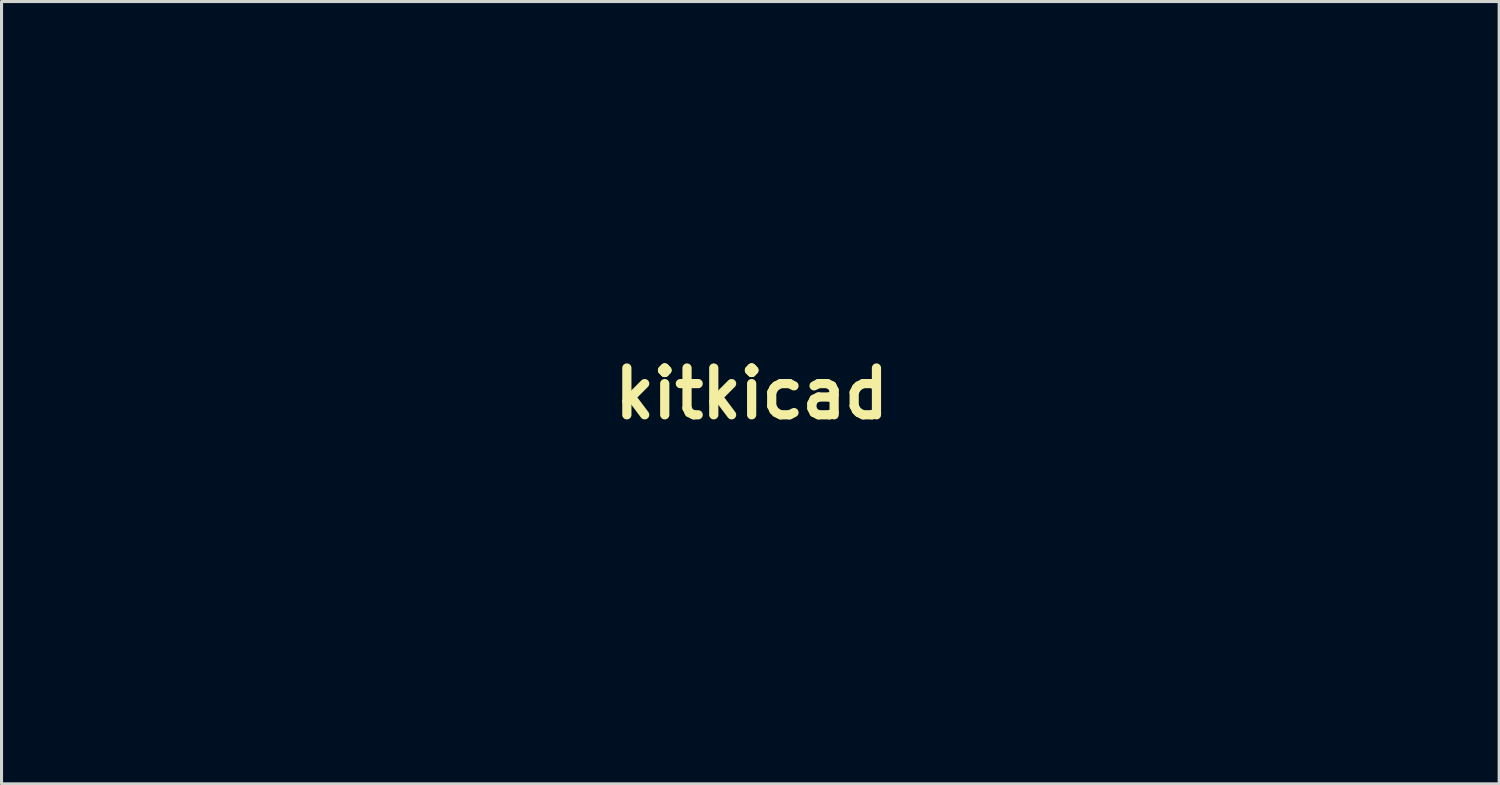
<source format=kicad_pcb>
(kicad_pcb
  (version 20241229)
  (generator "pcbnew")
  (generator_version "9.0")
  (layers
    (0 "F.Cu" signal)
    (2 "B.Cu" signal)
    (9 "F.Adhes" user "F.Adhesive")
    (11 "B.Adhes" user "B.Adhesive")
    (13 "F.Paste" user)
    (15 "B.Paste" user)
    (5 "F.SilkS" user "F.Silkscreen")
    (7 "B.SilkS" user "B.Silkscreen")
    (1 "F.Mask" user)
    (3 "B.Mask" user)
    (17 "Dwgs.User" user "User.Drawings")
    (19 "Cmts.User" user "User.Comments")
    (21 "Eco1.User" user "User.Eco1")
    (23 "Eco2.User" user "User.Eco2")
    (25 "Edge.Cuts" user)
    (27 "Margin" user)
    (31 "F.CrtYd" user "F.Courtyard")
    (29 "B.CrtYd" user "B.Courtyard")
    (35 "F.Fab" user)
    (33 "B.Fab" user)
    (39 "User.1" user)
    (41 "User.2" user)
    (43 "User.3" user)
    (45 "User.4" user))
  (footprint "kitkicad"
    (layer "F.Cu")
    (at 21.426 9.768)
    (property "Reference" "kitkicad" (at 0 0 0) (layer "F.SilkS") (effects (font (size 1.524 1.524) (thickness 0.3))))
    (attr through_hole)
    (fp_poly (pts (xy 9.991 5.419) (xy 5.842 5.419) (xy 5.842 -9.737) (xy 9.991 -9.737) (xy 9.991 5.419)) (stroke (width 0.01) (type solid)) (fill no) (layer "Eco2.User"))
    (fp_poly (pts (xy -2.737 7.159) (xy -2.724 7.253) (xy -2.805 7.397) (xy -2.93 7.431) (xy -2.99 7.396) (xy -3.05 7.251) (xy -2.974 7.137) (xy -2.872 7.112) (xy -2.737 7.159)) (stroke (width 0.01) (type solid)) (fill no) (layer "Eco2.User"))
    (fp_poly (pts (xy 3.711 7.264) (xy 3.725 7.324) (xy 3.658 7.436) (xy 3.598 7.451) (xy 3.486 7.383) (xy 3.471 7.324) (xy 3.539 7.211) (xy 3.598 7.197) (xy 3.711 7.264)) (stroke (width 0.01) (type solid)) (fill no) (layer "Eco2.User"))
    (fp_poly (pts (xy 4.303 7.264) (xy 4.318 7.324) (xy 4.25 7.436) (xy 4.191 7.451) (xy 4.079 7.383) (xy 4.064 7.324) (xy 4.132 7.211) (xy 4.191 7.197) (xy 4.303 7.264)) (stroke (width 0.01) (type solid)) (fill no) (layer "Eco2.User"))
    (fp_poly (pts (xy 19.785 7.159) (xy 19.797 7.253) (xy 19.717 7.397) (xy 19.591 7.431) (xy 19.532 7.396) (xy 19.472 7.251) (xy 19.547 7.137) (xy 19.649 7.112) (xy 19.785 7.159)) (stroke (width 0.01) (type solid)) (fill no) (layer "Eco2.User"))
    (fp_poly (pts (xy -2.768 7.731) (xy -2.732 7.83) (xy -2.72 8.034) (xy -2.726 8.373) (xy -2.727 8.396) (xy -2.755 8.805) (xy -2.804 9.049) (xy -2.857 9.123) (xy -2.912 9.095) (xy -2.945 8.955) (xy -2.961 8.68) (xy -2.963 8.431) (xy -2.958 8.071) (xy -2.939 7.85) (xy -2.902 7.738) (xy -2.839 7.705) (xy -2.833 7.705) (xy -2.768 7.731)) (stroke (width 0.01) (type solid)) (fill no) (layer "Eco2.User"))
    (fp_poly (pts (xy 19.664 7.735) (xy 19.703 7.847) (xy 19.722 8.07) (xy 19.727 8.424) (xy 19.719 8.81) (xy 19.69 9.042) (xy 19.637 9.137) (xy 19.555 9.111) (xy 19.53 9.088) (xy 19.503 8.982) (xy 19.483 8.751) (xy 19.474 8.442) (xy 19.473 8.368) (xy 19.48 8.025) (xy 19.502 7.82) (xy 19.546 7.724) (xy 19.6 7.705) (xy 19.664 7.735)) (stroke (width 0.01) (type solid)) (fill no) (layer "Eco2.User"))
    (fp_poly (pts (xy -8.602 7.728) (xy -8.488 7.774) (xy -8.467 7.838) (xy -8.502 7.929) (xy -8.538 7.925) (xy -8.652 7.935) (xy -8.787 8.006) (xy -8.9 8.127) (xy -8.963 8.322) (xy -8.992 8.61) (xy -9.025 8.904) (xy -9.083 9.085) (xy -9.123 9.123) (xy -9.178 9.095) (xy -9.211 8.953) (xy -9.227 8.676) (xy -9.229 8.45) (xy -9.229 7.741) (xy -8.848 7.725) (xy -8.602 7.728)) (stroke (width 0.01) (type solid)) (fill no) (layer "Eco2.User"))
    (fp_poly (pts (xy 5.537 7.728) (xy 5.652 7.774) (xy 5.673 7.838) (xy 5.637 7.929) (xy 5.602 7.925) (xy 5.487 7.935) (xy 5.352 8.006) (xy 5.239 8.127) (xy 5.176 8.322) (xy 5.148 8.61) (xy 5.114 8.904) (xy 5.056 9.085) (xy 5.016 9.123) (xy 4.962 9.095) (xy 4.928 8.953) (xy 4.913 8.676) (xy 4.911 8.45) (xy 4.911 7.741) (xy 5.292 7.725) (xy 5.537 7.728)) (stroke (width 0.01) (type solid)) (fill no) (layer "Eco2.User"))
    (fp_poly (pts (xy 15.688 7.074) (xy 15.72 7.198) (xy 15.739 7.443) (xy 15.747 7.826) (xy 15.748 8.079) (xy 15.741 8.559) (xy 15.722 8.904) (xy 15.69 9.101) (xy 15.661 9.144) (xy 15.555 9.077) (xy 15.531 9.033) (xy 15.504 8.872) (xy 15.494 8.604) (xy 15.498 8.27) (xy 15.515 7.91) (xy 15.541 7.568) (xy 15.575 7.283) (xy 15.613 7.097) (xy 15.642 7.048) (xy 15.688 7.074)) (stroke (width 0.01) (type solid)) (fill no) (layer "Eco2.User"))
    (fp_poly (pts (xy -7.353 7.223) (xy -7.315 7.318) (xy -7.293 7.51) (xy -7.283 7.824) (xy -7.281 8.17) (xy -7.285 8.598) (xy -7.297 8.883) (xy -7.322 9.051) (xy -7.363 9.129) (xy -7.408 9.144) (xy -7.464 9.118) (xy -7.501 9.022) (xy -7.523 8.831) (xy -7.533 8.517) (xy -7.535 8.17) (xy -7.532 7.743) (xy -7.519 7.458) (xy -7.494 7.29) (xy -7.454 7.212) (xy -7.408 7.197) (xy -7.353 7.223)) (stroke (width 0.01) (type solid)) (fill no) (layer "Eco2.User"))
    (fp_poly (pts (xy -16.837 7.052) (xy -16.801 7.144) (xy -16.778 7.329) (xy -16.767 7.631) (xy -16.764 8.076) (xy -16.764 8.086) (xy -16.769 8.558) (xy -16.785 8.879) (xy -16.817 9.066) (xy -16.868 9.136) (xy -16.94 9.107) (xy -16.962 9.088) (xy -16.984 8.985) (xy -17.002 8.749) (xy -17.014 8.415) (xy -17.018 8.029) (xy -17.015 7.595) (xy -17.003 7.303) (xy -16.979 7.129) (xy -16.94 7.046) (xy -16.891 7.027) (xy -16.837 7.052)) (stroke (width 0.01) (type solid)) (fill no) (layer "Eco2.User"))
    (fp_poly (pts (xy 10.141 7.769) (xy 10.16 7.824) (xy 10.098 7.907) (xy 9.988 7.898) (xy 9.782 7.921) (xy 9.599 8.062) (xy 9.492 8.273) (xy 9.483 8.358) (xy 9.535 8.661) (xy 9.695 8.836) (xy 9.958 8.89) (xy 10.166 8.922) (xy 10.227 8.996) (xy 10.144 9.076) (xy 9.931 9.127) (xy 9.638 9.082) (xy 9.455 8.958) (xy 9.265 8.689) (xy 9.203 8.375) (xy 9.273 8.07) (xy 9.414 7.877) (xy 9.595 7.768) (xy 9.813 7.71) (xy 10.013 7.709) (xy 10.141 7.769)) (stroke (width 0.01) (type solid)) (fill no) (layer "Eco2.User"))
    (fp_poly (pts (xy 20.997 -6.35) (xy 18.12 -6.35) (xy 18.098 -0.487) (xy 18.076 5.376) (xy 16.039 5.399) (xy 15.468 5.403) (xy 14.953 5.402) (xy 14.52 5.397) (xy 14.192 5.387) (xy 13.993 5.374) (xy 13.943 5.364) (xy 13.934 5.271) (xy 13.924 5.024) (xy 13.916 4.634) (xy 13.908 4.117) (xy 13.901 3.486) (xy 13.895 2.755) (xy 13.891 1.937) (xy 13.887 1.047) (xy 13.886 0.098) (xy 13.885 -0.522) (xy 13.885 -6.35) (xy 11.007 -6.35) (xy 11.007 -9.737) (xy 20.997 -9.737) (xy 20.997 -6.35)) (stroke (width 0.01) (type solid)) (fill no) (layer "Eco2.User"))
    (fp_poly (pts (xy -17.879 7.759) (xy -17.865 7.806) (xy -17.84 7.865) (xy -17.763 7.806) (xy -17.627 7.732) (xy -17.46 7.707) (xy -17.327 7.731) (xy -17.291 7.803) (xy -17.392 7.898) (xy -17.478 7.924) (xy -17.638 7.975) (xy -17.74 8.094) (xy -17.803 8.315) (xy -17.841 8.626) (xy -17.879 8.94) (xy -17.928 9.104) (xy -17.996 9.136) (xy -18.062 9.088) (xy -18.089 8.982) (xy -18.109 8.751) (xy -18.118 8.442) (xy -18.119 8.368) (xy -18.112 8.025) (xy -18.09 7.82) (xy -18.046 7.724) (xy -17.992 7.705) (xy -17.879 7.759)) (stroke (width 0.01) (type solid)) (fill no) (layer "Eco2.User"))
    (fp_poly (pts (xy -15 7.759) (xy -14.986 7.806) (xy -14.961 7.865) (xy -14.884 7.806) (xy -14.727 7.718) (xy -14.571 7.719) (xy -14.482 7.805) (xy -14.478 7.837) (xy -14.513 7.928) (xy -14.55 7.924) (xy -14.667 7.933) (xy -14.777 7.992) (xy -14.88 8.13) (xy -14.943 8.381) (xy -14.969 8.625) (xy -15.002 8.94) (xy -15.048 9.105) (xy -15.117 9.136) (xy -15.184 9.088) (xy -15.21 8.982) (xy -15.23 8.751) (xy -15.24 8.442) (xy -15.24 8.368) (xy -15.234 8.025) (xy -15.211 7.82) (xy -15.167 7.724) (xy -15.113 7.705) (xy -15 7.759)) (stroke (width 0.01) (type solid)) (fill no) (layer "Eco2.User"))
    (fp_poly (pts (xy 7.399 7.202) (xy 7.631 7.22) (xy 7.751 7.256) (xy 7.789 7.314) (xy 7.789 7.324) (xy 7.724 7.418) (xy 7.518 7.451) (xy 7.496 7.451) (xy 7.203 7.451) (xy 7.179 8.269) (xy 7.154 8.711) (xy 7.11 8.994) (xy 7.043 9.127) (xy 6.951 9.119) (xy 6.916 9.089) (xy 6.891 8.984) (xy 6.871 8.751) (xy 6.86 8.429) (xy 6.858 8.241) (xy 6.858 7.451) (xy 6.562 7.451) (xy 6.342 7.423) (xy 6.266 7.335) (xy 6.265 7.324) (xy 6.295 7.262) (xy 6.403 7.223) (xy 6.619 7.203) (xy 6.972 7.197) (xy 7.027 7.197) (xy 7.399 7.202)) (stroke (width 0.01) (type solid)) (fill no) (layer "Eco2.User"))
    (fp_poly (pts (xy -4.56 7.733) (xy -4.488 7.825) (xy -4.487 7.841) (xy -4.539 7.937) (xy -4.614 7.928) (xy -4.789 7.912) (xy -4.942 7.968) (xy -4.995 8.055) (xy -4.929 8.144) (xy -4.763 8.269) (xy -4.699 8.309) (xy -4.472 8.507) (xy -4.4 8.731) (xy -4.488 8.957) (xy -4.536 9.011) (xy -4.705 9.103) (xy -4.93 9.144) (xy -5.128 9.124) (xy -5.193 9.088) (xy -5.245 8.974) (xy -5.135 8.9) (xy -4.981 8.874) (xy -4.756 8.82) (xy -4.693 8.722) (xy -4.793 8.587) (xy -4.949 8.48) (xy -5.179 8.281) (xy -5.26 8.068) (xy -5.203 7.877) (xy -5.016 7.744) (xy -4.767 7.705) (xy -4.56 7.733)) (stroke (width 0.01) (type solid)) (fill no) (layer "Eco2.User"))
    (fp_poly (pts (xy -15.722 7.718) (xy -15.596 7.783) (xy -15.579 7.833) (xy -15.624 7.921) (xy -15.783 7.911) (xy -15.79 7.909) (xy -15.969 7.902) (xy -16.059 8.008) (xy -16.06 8.155) (xy -16.001 8.199) (xy -15.85 8.29) (xy -15.679 8.446) (xy -15.542 8.61) (xy -15.494 8.717) (xy -15.568 8.883) (xy -15.752 9.027) (xy -15.988 9.124) (xy -16.215 9.15) (xy -16.369 9.088) (xy -16.424 8.974) (xy -16.32 8.907) (xy -16.129 8.89) (xy -15.906 8.852) (xy -15.834 8.752) (xy -15.916 8.608) (xy -16.066 8.492) (xy -16.324 8.291) (xy -16.423 8.109) (xy -16.368 7.927) (xy -16.292 7.838) (xy -16.13 7.745) (xy -15.92 7.705) (xy -15.722 7.718)) (stroke (width 0.01) (type solid)) (fill no) (layer "Eco2.User"))
    (fp_poly (pts (xy 17.168 7.769) (xy 17.334 7.895) (xy 17.501 8.177) (xy 17.534 8.481) (xy 17.451 8.768) (xy 17.267 8.997) (xy 16.997 9.128) (xy 16.849 9.144) (xy 16.552 9.065) (xy 16.379 8.936) (xy 16.209 8.656) (xy 16.199 8.55) (xy 16.453 8.55) (xy 16.497 8.685) (xy 16.646 8.842) (xy 16.858 8.897) (xy 17.066 8.846) (xy 17.184 8.726) (xy 17.268 8.429) (xy 17.213 8.15) (xy 17.102 8.001) (xy 16.902 7.903) (xy 16.708 7.941) (xy 16.55 8.083) (xy 16.456 8.297) (xy 16.453 8.55) (xy 16.199 8.55) (xy 16.179 8.33) (xy 16.29 8.009) (xy 16.347 7.928) (xy 16.584 7.749) (xy 16.877 7.696) (xy 17.168 7.769)) (stroke (width 0.01) (type solid)) (fill no) (layer "Eco2.User"))
    (fp_poly (pts (xy 14.672 7.735) (xy 14.948 7.912) (xy 15.117 8.183) (xy 15.147 8.477) (xy 15.054 8.757) (xy 14.857 8.985) (xy 14.573 9.121) (xy 14.383 9.144) (xy 14.218 9.087) (xy 14.015 8.944) (xy 13.953 8.886) (xy 13.788 8.695) (xy 13.73 8.526) (xy 13.741 8.374) (xy 14.06 8.374) (xy 14.068 8.613) (xy 14.156 8.788) (xy 14.357 8.885) (xy 14.584 8.85) (xy 14.771 8.695) (xy 14.776 8.687) (xy 14.861 8.435) (xy 14.822 8.183) (xy 14.681 7.98) (xy 14.463 7.878) (xy 14.405 7.874) (xy 14.244 7.948) (xy 14.124 8.134) (xy 14.06 8.374) (xy 13.741 8.374) (xy 13.745 8.315) (xy 13.867 8.002) (xy 14.089 7.792) (xy 14.371 7.699) (xy 14.672 7.735)) (stroke (width 0.01) (type solid)) (fill no) (layer "Eco2.User"))
    (fp_poly (pts (xy -13.018 7.735) (xy -12.979 7.847) (xy -12.959 8.07) (xy -12.954 8.424) (xy -12.967 8.832) (xy -13.007 9.074) (xy -13.074 9.148) (xy -13.166 9.059) (xy -13.278 9.02) (xy -13.377 9.059) (xy -13.665 9.14) (xy -13.915 9.064) (xy -13.999 8.989) (xy -14.077 8.829) (xy -14.127 8.584) (xy -14.148 8.301) (xy -14.141 8.028) (xy -14.103 7.815) (xy -14.036 7.709) (xy -14.016 7.705) (xy -13.945 7.749) (xy -13.899 7.902) (xy -13.872 8.191) (xy -13.868 8.276) (xy -13.85 8.581) (xy -13.82 8.756) (xy -13.761 8.84) (xy -13.66 8.873) (xy -13.636 8.877) (xy -13.42 8.842) (xy -13.28 8.664) (xy -13.214 8.339) (xy -13.208 8.154) (xy -13.196 7.879) (xy -13.153 7.74) (xy -13.081 7.705) (xy -13.018 7.735)) (stroke (width 0.01) (type solid)) (fill no) (layer "Eco2.User"))
    (fp_poly (pts (xy -1.886 7.437) (xy -1.863 7.535) (xy -1.803 7.677) (xy -1.693 7.705) (xy -1.555 7.758) (xy -1.524 7.832) (xy -1.595 7.935) (xy -1.693 7.959) (xy -1.791 7.979) (xy -1.842 8.066) (xy -1.861 8.261) (xy -1.863 8.424) (xy -1.855 8.693) (xy -1.824 8.834) (xy -1.753 8.885) (xy -1.693 8.89) (xy -1.555 8.943) (xy -1.524 9.017) (xy -1.59 9.115) (xy -1.744 9.142) (xy -1.921 9.098) (xy -2.036 9.012) (xy -2.105 8.856) (xy -2.162 8.599) (xy -2.184 8.419) (xy -2.227 8.118) (xy -2.296 7.975) (xy -2.339 7.959) (xy -2.442 7.891) (xy -2.455 7.832) (xy -2.393 7.719) (xy -2.338 7.705) (xy -2.224 7.634) (xy -2.177 7.535) (xy -2.084 7.398) (xy -1.998 7.366) (xy -1.886 7.437)) (stroke (width 0.01) (type solid)) (fill no) (layer "Eco2.User"))
    (fp_poly (pts (xy -0.064 7.735) (xy -0.025 7.847) (xy -0.005 8.07) (xy 0 8.424) (xy -0.013 8.832) (xy -0.053 9.074) (xy -0.12 9.148) (xy -0.212 9.059) (xy -0.324 9.02) (xy -0.423 9.059) (xy -0.711 9.14) (xy -0.961 9.064) (xy -1.045 8.989) (xy -1.123 8.829) (xy -1.173 8.584) (xy -1.194 8.301) (xy -1.187 8.028) (xy -1.149 7.815) (xy -1.082 7.709) (xy -1.062 7.705) (xy -0.991 7.749) (xy -0.945 7.902) (xy -0.918 8.191) (xy -0.914 8.276) (xy -0.896 8.581) (xy -0.866 8.756) (xy -0.807 8.84) (xy -0.706 8.873) (xy -0.682 8.877) (xy -0.466 8.842) (xy -0.326 8.664) (xy -0.26 8.339) (xy -0.254 8.154) (xy -0.242 7.879) (xy -0.199 7.74) (xy -0.127 7.705) (xy -0.064 7.735)) (stroke (width 0.01) (type solid)) (fill no) (layer "Eco2.User"))
    (fp_poly (pts (xy 4.426 7.737) (xy 4.465 7.852) (xy 4.483 8.082) (xy 4.487 8.381) (xy 4.485 8.717) (xy 4.47 8.917) (xy 4.434 9.015) (xy 4.367 9.045) (xy 4.297 9.044) (xy 4.06 9.055) (xy 3.937 9.079) (xy 3.736 9.101) (xy 3.641 9.084) (xy 3.459 8.964) (xy 3.351 8.743) (xy 3.305 8.394) (xy 3.302 8.239) (xy 3.311 7.935) (xy 3.343 7.769) (xy 3.405 7.707) (xy 3.429 7.705) (xy 3.504 7.745) (xy 3.543 7.886) (xy 3.556 8.161) (xy 3.556 8.196) (xy 3.589 8.566) (xy 3.681 8.803) (xy 3.824 8.896) (xy 4.007 8.836) (xy 4.1 8.757) (xy 4.198 8.55) (xy 4.233 8.189) (xy 4.233 8.164) (xy 4.245 7.886) (xy 4.286 7.743) (xy 4.36 7.705) (xy 4.426 7.737)) (stroke (width 0.01) (type solid)) (fill no) (layer "Eco2.User"))
    (fp_poly (pts (xy 0.823 7.437) (xy 0.847 7.535) (xy 0.907 7.677) (xy 1.016 7.705) (xy 1.154 7.758) (xy 1.185 7.832) (xy 1.115 7.935) (xy 1.016 7.959) (xy 0.918 7.979) (xy 0.867 8.066) (xy 0.848 8.261) (xy 0.847 8.424) (xy 0.854 8.693) (xy 0.886 8.834) (xy 0.957 8.885) (xy 1.016 8.89) (xy 1.154 8.943) (xy 1.185 9.017) (xy 1.118 9.113) (xy 0.962 9.143) (xy 0.785 9.103) (xy 0.694 9.042) (xy 0.639 8.907) (xy 0.602 8.663) (xy 0.593 8.45) (xy 0.586 8.172) (xy 0.557 8.024) (xy 0.493 7.966) (xy 0.423 7.959) (xy 0.285 7.906) (xy 0.254 7.832) (xy 0.325 7.728) (xy 0.423 7.705) (xy 0.565 7.645) (xy 0.593 7.535) (xy 0.646 7.397) (xy 0.72 7.366) (xy 0.823 7.437)) (stroke (width 0.01) (type solid)) (fill no) (layer "Eco2.User"))
    (fp_poly (pts (xy -12.315 7.083) (xy -12.282 7.255) (xy -12.277 7.447) (xy -12.271 7.697) (xy -12.245 7.812) (xy -12.182 7.824) (xy -12.113 7.792) (xy -11.805 7.692) (xy -11.558 7.744) (xy -11.382 7.937) (xy -11.287 8.261) (xy -11.277 8.6) (xy -11.313 8.932) (xy -11.369 9.098) (xy -11.431 9.098) (xy -11.489 8.934) (xy -11.529 8.604) (xy -11.53 8.592) (xy -11.58 8.199) (xy -11.672 7.965) (xy -11.812 7.884) (xy -12.006 7.95) (xy -12.064 7.99) (xy -12.167 8.124) (xy -12.231 8.363) (xy -12.259 8.625) (xy -12.298 8.935) (xy -12.356 9.112) (xy -12.426 9.142) (xy -12.494 9.033) (xy -12.521 8.872) (xy -12.531 8.604) (xy -12.526 8.27) (xy -12.51 7.91) (xy -12.484 7.568) (xy -12.45 7.283) (xy -12.411 7.097) (xy -12.383 7.048) (xy -12.315 7.083)) (stroke (width 0.01) (type solid)) (fill no) (layer "Eco2.User"))
    (fp_poly (pts (xy -6.534 7.759) (xy -6.519 7.806) (xy -6.494 7.865) (xy -6.418 7.806) (xy -6.228 7.719) (xy -5.981 7.719) (xy -5.762 7.803) (xy -5.721 7.838) (xy -5.654 7.976) (xy -5.607 8.204) (xy -5.583 8.477) (xy -5.582 8.75) (xy -5.604 8.975) (xy -5.651 9.108) (xy -5.694 9.123) (xy -5.761 9.021) (xy -5.815 8.785) (xy -5.842 8.553) (xy -5.901 8.166) (xy -6.002 7.943) (xy -6.147 7.883) (xy -6.335 7.988) (xy -6.341 7.993) (xy -6.459 8.164) (xy -6.522 8.436) (xy -6.537 8.618) (xy -6.57 8.908) (xy -6.629 9.086) (xy -6.668 9.123) (xy -6.722 9.095) (xy -6.755 8.955) (xy -6.771 8.679) (xy -6.773 8.431) (xy -6.768 8.07) (xy -6.749 7.847) (xy -6.71 7.736) (xy -6.647 7.705) (xy -6.646 7.705) (xy -6.534 7.759)) (stroke (width 0.01) (type solid)) (fill no) (layer "Eco2.User"))
    (fp_poly (pts (xy -3.749 7.437) (xy -3.725 7.535) (xy -3.678 7.667) (xy -3.51 7.705) (xy -3.507 7.705) (xy -3.351 7.744) (xy -3.329 7.829) (xy -3.433 7.914) (xy -3.546 7.944) (xy -3.655 7.977) (xy -3.707 8.064) (xy -3.716 8.249) (xy -3.708 8.41) (xy -3.684 8.672) (xy -3.635 8.809) (xy -3.542 8.865) (xy -3.493 8.875) (xy -3.344 8.942) (xy -3.302 9.023) (xy -3.369 9.117) (xy -3.527 9.141) (xy -3.714 9.098) (xy -3.846 9.011) (xy -3.944 8.806) (xy -3.979 8.452) (xy -3.979 8.428) (xy -3.989 8.158) (xy -4.03 8.011) (xy -4.116 7.944) (xy -4.149 7.934) (xy -4.286 7.86) (xy -4.318 7.797) (xy -4.247 7.722) (xy -4.149 7.705) (xy -4.007 7.645) (xy -3.979 7.535) (xy -3.926 7.397) (xy -3.852 7.366) (xy -3.749 7.437)) (stroke (width 0.01) (type solid)) (fill no) (layer "Eco2.User"))
    (fp_poly (pts (xy 12.432 7.759) (xy 12.446 7.806) (xy 12.471 7.865) (xy 12.548 7.806) (xy 12.737 7.719) (xy 12.984 7.719) (xy 13.203 7.803) (xy 13.244 7.838) (xy 13.312 7.976) (xy 13.358 8.204) (xy 13.382 8.477) (xy 13.384 8.75) (xy 13.361 8.975) (xy 13.314 9.108) (xy 13.271 9.123) (xy 13.205 9.021) (xy 13.15 8.785) (xy 13.123 8.553) (xy 13.065 8.166) (xy 12.963 7.943) (xy 12.818 7.883) (xy 12.63 7.988) (xy 12.624 7.993) (xy 12.507 8.164) (xy 12.444 8.436) (xy 12.429 8.618) (xy 12.395 8.908) (xy 12.337 9.086) (xy 12.298 9.123) (xy 12.244 9.095) (xy 12.21 8.955) (xy 12.194 8.679) (xy 12.192 8.431) (xy 12.197 8.07) (xy 12.217 7.847) (xy 12.255 7.736) (xy 12.319 7.705) (xy 12.319 7.705) (xy 12.432 7.759)) (stroke (width 0.01) (type solid)) (fill no) (layer "Eco2.User"))
    (fp_poly (pts (xy 2.935 7.077) (xy 2.952 7.184) (xy 2.852 7.285) (xy 2.794 7.306) (xy 2.651 7.419) (xy 2.625 7.527) (xy 2.681 7.674) (xy 2.794 7.705) (xy 2.932 7.758) (xy 2.963 7.832) (xy 2.893 7.935) (xy 2.794 7.959) (xy 2.705 7.975) (xy 2.654 8.047) (xy 2.631 8.211) (xy 2.625 8.504) (xy 2.625 8.551) (xy 2.617 8.873) (xy 2.59 9.058) (xy 2.537 9.135) (xy 2.498 9.144) (xy 2.429 9.109) (xy 2.389 8.984) (xy 2.373 8.737) (xy 2.371 8.551) (xy 2.366 8.24) (xy 2.345 8.061) (xy 2.299 7.98) (xy 2.215 7.959) (xy 2.201 7.959) (xy 2.063 7.906) (xy 2.032 7.832) (xy 2.103 7.728) (xy 2.201 7.705) (xy 2.335 7.653) (xy 2.371 7.499) (xy 2.439 7.254) (xy 2.612 7.08) (xy 2.8 7.027) (xy 2.935 7.077)) (stroke (width 0.01) (type solid)) (fill no) (layer "Eco2.User"))
    (fp_poly (pts (xy -20.049 7.223) (xy -20.087 7.313) (xy -20.234 7.486) (xy -20.387 7.644) (xy -20.828 8.091) (xy -20.362 8.551) (xy -20.141 8.778) (xy -19.977 8.961) (xy -19.899 9.068) (xy -19.897 9.078) (xy -19.951 9.154) (xy -20.096 9.122) (xy -20.306 8.993) (xy -20.555 8.78) (xy -20.62 8.716) (xy -21.04 8.289) (xy -21.082 8.689) (xy -21.138 8.975) (xy -21.227 9.12) (xy -21.339 9.11) (xy -21.362 9.089) (xy -21.386 8.986) (xy -21.405 8.75) (xy -21.417 8.42) (xy -21.421 8.114) (xy -21.419 7.71) (xy -21.409 7.446) (xy -21.386 7.292) (xy -21.345 7.219) (xy -21.28 7.198) (xy -21.251 7.197) (xy -21.147 7.22) (xy -21.097 7.32) (xy -21.082 7.538) (xy -21.082 7.596) (xy -21.082 7.995) (xy -20.677 7.596) (xy -20.446 7.391) (xy -20.239 7.247) (xy -20.108 7.197) (xy -20.049 7.223)) (stroke (width 0.01) (type solid)) (fill no) (layer "Eco2.User"))
    (fp_poly (pts (xy 10.705 7.072) (xy 10.744 7.226) (xy 10.753 7.461) (xy 10.759 7.71) (xy 10.787 7.819) (xy 10.845 7.816) (xy 10.874 7.794) (xy 11.039 7.731) (xy 11.269 7.72) (xy 11.274 7.72) (xy 11.524 7.804) (xy 11.679 8.007) (xy 11.747 8.34) (xy 11.748 8.629) (xy 11.715 8.946) (xy 11.661 9.098) (xy 11.598 9.088) (xy 11.536 8.918) (xy 11.487 8.59) (xy 11.487 8.581) (xy 11.425 8.186) (xy 11.329 7.953) (xy 11.193 7.88) (xy 11.013 7.961) (xy 10.922 8.043) (xy 10.812 8.206) (xy 10.761 8.445) (xy 10.753 8.678) (xy 10.737 8.982) (xy 10.686 9.127) (xy 10.597 9.124) (xy 10.555 9.088) (xy 10.533 8.985) (xy 10.515 8.749) (xy 10.503 8.415) (xy 10.499 8.029) (xy 10.502 7.595) (xy 10.514 7.303) (xy 10.538 7.129) (xy 10.577 7.046) (xy 10.626 7.027) (xy 10.705 7.072)) (stroke (width 0.01) (type solid)) (fill no) (layer "Eco2.User"))
    (fp_poly (pts (xy -9.987 7.78) (xy -9.782 8) (xy -9.692 8.234) (xy -9.634 8.467) (xy -10.151 8.467) (xy -10.466 8.479) (xy -10.627 8.524) (xy -10.646 8.613) (xy -10.537 8.754) (xy -10.526 8.766) (xy -10.349 8.864) (xy -10.081 8.867) (xy -10.06 8.865) (xy -9.833 8.854) (xy -9.741 8.905) (xy -9.737 8.931) (xy -9.807 9.065) (xy -9.986 9.135) (xy -10.225 9.141) (xy -10.475 9.083) (xy -10.688 8.961) (xy -10.714 8.936) (xy -10.886 8.667) (xy -10.929 8.369) (xy -10.875 8.156) (xy -10.638 8.156) (xy -10.635 8.25) (xy -10.476 8.292) (xy -10.323 8.297) (xy -10.1 8.283) (xy -10.009 8.231) (xy -10.006 8.158) (xy -10.109 7.965) (xy -10.287 7.903) (xy -10.486 7.989) (xy -10.494 7.997) (xy -10.638 8.156) (xy -10.875 8.156) (xy -10.857 8.086) (xy -10.684 7.856) (xy -10.427 7.723) (xy -10.273 7.705) (xy -9.987 7.78)) (stroke (width 0.01) (type solid)) (fill no) (layer "Eco2.User"))
    (fp_poly (pts (xy 8.594 7.736) (xy 8.767 7.847) (xy 8.877 8.017) (xy 8.973 8.24) (xy 8.959 8.377) (xy 8.816 8.445) (xy 8.528 8.466) (xy 8.467 8.467) (xy 8.154 8.48) (xy 7.997 8.526) (xy 7.982 8.616) (xy 8.095 8.76) (xy 8.101 8.766) (xy 8.278 8.864) (xy 8.546 8.867) (xy 8.566 8.865) (xy 8.794 8.854) (xy 8.886 8.905) (xy 8.89 8.931) (xy 8.82 9.065) (xy 8.641 9.135) (xy 8.402 9.141) (xy 8.152 9.083) (xy 7.939 8.961) (xy 7.912 8.936) (xy 7.749 8.676) (xy 7.708 8.383) (xy 7.76 8.158) (xy 8.058 8.158) (xy 8.078 8.254) (xy 8.212 8.293) (xy 8.333 8.297) (xy 8.563 8.267) (xy 8.636 8.181) (xy 8.576 8.034) (xy 8.502 7.953) (xy 8.328 7.898) (xy 8.16 7.975) (xy 8.059 8.154) (xy 8.058 8.158) (xy 7.76 8.158) (xy 7.774 8.098) (xy 7.933 7.866) (xy 8.171 7.727) (xy 8.325 7.706) (xy 8.594 7.736)) (stroke (width 0.01) (type solid)) (fill no) (layer "Eco2.User"))
    (fp_poly (pts (xy 20.976 7.778) (xy 21.194 7.963) (xy 21.322 8.205) (xy 21.336 8.309) (xy 21.314 8.397) (xy 21.223 8.445) (xy 21.024 8.464) (xy 20.828 8.467) (xy 20.516 8.48) (xy 20.358 8.526) (xy 20.343 8.616) (xy 20.456 8.76) (xy 20.462 8.766) (xy 20.639 8.864) (xy 20.907 8.867) (xy 20.928 8.865) (xy 21.155 8.854) (xy 21.247 8.905) (xy 21.251 8.931) (xy 21.181 9.065) (xy 21.002 9.135) (xy 20.763 9.141) (xy 20.513 9.083) (xy 20.3 8.961) (xy 20.274 8.936) (xy 20.1 8.665) (xy 20.058 8.368) (xy 20.113 8.156) (xy 20.35 8.156) (xy 20.353 8.25) (xy 20.512 8.292) (xy 20.665 8.297) (xy 20.888 8.283) (xy 20.979 8.231) (xy 20.982 8.158) (xy 20.879 7.965) (xy 20.701 7.903) (xy 20.502 7.989) (xy 20.494 7.997) (xy 20.35 8.156) (xy 20.113 8.156) (xy 20.132 8.084) (xy 20.307 7.855) (xy 20.568 7.722) (xy 20.721 7.705) (xy 20.976 7.778)) (stroke (width 0.01) (type solid)) (fill no) (layer "Eco2.User"))
    (fp_poly (pts (xy -18.84 7.743) (xy -18.675 7.838) (xy -18.594 7.987) (xy -18.552 8.25) (xy -18.542 8.557) (xy -18.551 8.896) (xy -18.584 9.082) (xy -18.649 9.134) (xy -18.753 9.068) (xy -18.77 9.052) (xy -18.872 9.006) (xy -18.918 9.052) (xy -19.058 9.138) (xy -19.268 9.137) (xy -19.478 9.061) (xy -19.596 8.956) (xy -19.695 8.782) (xy -19.719 8.7) (xy -19.373 8.7) (xy -19.366 8.835) (xy -19.259 8.885) (xy -19.15 8.89) (xy -18.939 8.846) (xy -18.847 8.756) (xy -18.802 8.567) (xy -18.873 8.485) (xy -19.071 8.482) (xy -19.277 8.533) (xy -19.364 8.653) (xy -19.373 8.7) (xy -19.719 8.7) (xy -19.727 8.673) (xy -19.652 8.515) (xy -19.458 8.366) (xy -19.195 8.26) (xy -19.103 8.24) (xy -18.875 8.184) (xy -18.806 8.106) (xy -18.887 7.99) (xy -18.93 7.953) (xy -19.077 7.886) (xy -19.278 7.923) (xy -19.311 7.935) (xy -19.487 7.987) (xy -19.553 7.954) (xy -19.558 7.918) (xy -19.485 7.797) (xy -19.305 7.724) (xy -19.071 7.705) (xy -18.84 7.743)) (stroke (width 0.01) (type solid)) (fill no) (layer "Eco2.User"))
    (fp_poly (pts (xy 19.077 7.782) (xy 19.123 7.984) (xy 19.146 8.271) (xy 19.146 8.601) (xy 19.124 8.931) (xy 19.081 9.221) (xy 19.017 9.427) (xy 18.986 9.476) (xy 18.784 9.615) (xy 18.494 9.696) (xy 18.192 9.702) (xy 18.098 9.682) (xy 17.972 9.593) (xy 17.949 9.527) (xy 18.003 9.455) (xy 18.18 9.447) (xy 18.273 9.458) (xy 18.577 9.442) (xy 18.789 9.314) (xy 18.879 9.095) (xy 18.881 9.06) (xy 18.866 8.96) (xy 18.792 8.954) (xy 18.635 9.026) (xy 18.353 9.094) (xy 18.11 9.023) (xy 17.93 8.844) (xy 17.835 8.585) (xy 17.841 8.413) (xy 18.119 8.413) (xy 18.171 8.697) (xy 18.309 8.857) (xy 18.506 8.877) (xy 18.726 8.75) (xy 18.862 8.525) (xy 18.847 8.255) (xy 18.749 8.062) (xy 18.572 7.911) (xy 18.389 7.904) (xy 18.231 8.025) (xy 18.134 8.253) (xy 18.119 8.413) (xy 17.841 8.413) (xy 17.846 8.278) (xy 17.921 8.064) (xy 18.055 7.847) (xy 18.211 7.746) (xy 18.357 7.72) (xy 18.588 7.73) (xy 18.756 7.791) (xy 18.759 7.794) (xy 18.86 7.848) (xy 18.881 7.8) (xy 18.949 7.715) (xy 19.008 7.705) (xy 19.077 7.782)) (stroke (width 0.01) (type solid)) (fill no) (layer "Eco2.User"))
    (fp_poly (pts (xy 3.441 -9.735) (xy 4.005 -9.73) (xy 4.429 -9.721) (xy 4.728 -9.708) (xy 4.917 -9.689) (xy 5.012 -9.663) (xy 5.026 -9.631) (xy 5.026 -9.631) (xy 4.962 -9.547) (xy 4.801 -9.343) (xy 4.555 -9.032) (xy 4.231 -8.627) (xy 3.84 -8.138) (xy 3.392 -7.579) (xy 2.897 -6.962) (xy 2.364 -6.3) (xy 2.008 -5.857) (xy 1.459 -5.173) (xy 0.945 -4.527) (xy 0.474 -3.93) (xy 0.057 -3.397) (xy -0.297 -2.938) (xy -0.578 -2.565) (xy -0.779 -2.292) (xy -0.887 -2.13) (xy -0.905 -2.09) (xy -0.845 -2.007) (xy -0.688 -1.806) (xy -0.443 -1.498) (xy -0.12 -1.096) (xy 0.27 -0.612) (xy 0.718 -0.059) (xy 1.215 0.552) (xy 1.749 1.208) (xy 2.077 1.609) (xy 2.63 2.286) (xy 3.153 2.925) (xy 3.634 3.515) (xy 4.065 4.042) (xy 4.434 4.494) (xy 4.732 4.859) (xy 4.949 5.125) (xy 5.075 5.279) (xy 5.102 5.313) (xy 5.096 5.345) (xy 5.01 5.37) (xy 4.831 5.389) (xy 4.543 5.402) (xy 4.13 5.41) (xy 3.578 5.414) (xy 2.872 5.414) (xy 2.868 5.414) (xy 0.55 5.41) (xy -4.905 -0.466) (xy -4.905 -2.201) (xy -4.904 -3.937) (xy -2.273 -6.837) (xy 0.357 -9.737) (xy 2.724 -9.737) (xy 3.441 -9.735)) (stroke (width 0.01) (type solid)) (fill no) (layer "Eco2.User"))
    (fp_poly (pts (xy -5.927 -2.223) (xy -5.927 -0.914) (xy -5.928 0.237) (xy -5.929 1.239) (xy -5.932 2.102) (xy -5.935 2.837) (xy -5.94 3.453) (xy -5.946 3.962) (xy -5.954 4.372) (xy -5.964 4.696) (xy -5.975 4.942) (xy -5.989 5.12) (xy -6.005 5.242) (xy -6.024 5.318) (xy -6.045 5.357) (xy -6.061 5.367) (xy -6.163 5.375) (xy -6.423 5.382) (xy -6.828 5.389) (xy -7.365 5.395) (xy -8.022 5.401) (xy -8.787 5.406) (xy -9.647 5.411) (xy -10.591 5.414) (xy -11.605 5.417) (xy -12.678 5.418) (xy -13.723 5.419) (xy -21.251 5.419) (xy -21.251 5.292) (xy -6.265 5.292) (xy -6.223 5.334) (xy -6.181 5.292) (xy -6.223 5.249) (xy -6.265 5.292) (xy -21.251 5.292) (xy -21.25 5.101) (xy -21.236 4.749) (xy -21.2 4.316) (xy -21.147 3.835) (xy -21.081 3.339) (xy -21.008 2.859) (xy -20.932 2.427) (xy -20.858 2.077) (xy -20.791 1.838) (xy -20.749 1.753) (xy -20.659 1.763) (xy -20.417 1.812) (xy -20.035 1.896) (xy -19.524 2.014) (xy -18.897 2.161) (xy -18.165 2.336) (xy -17.341 2.535) (xy -16.436 2.756) (xy -15.462 2.995) (xy -14.431 3.251) (xy -13.549 3.471) (xy -12.481 3.737) (xy -11.461 3.991) (xy -10.501 4.229) (xy -9.612 4.449) (xy -8.806 4.647) (xy -8.095 4.821) (xy -7.491 4.967) (xy -7.006 5.084) (xy -6.652 5.167) (xy -6.44 5.215) (xy -6.382 5.225) (xy -6.452 5.185) (xy -6.665 5.08) (xy -7.009 4.914) (xy -7.475 4.692) (xy -8.05 4.42) (xy -8.723 4.103) (xy -9.484 3.746) (xy -10.322 3.354) (xy -11.225 2.932) (xy -12.183 2.486) (xy -12.976 2.118) (xy -13.972 1.655) (xy -14.924 1.212) (xy -15.822 0.793) (xy -16.653 0.405) (xy -17.406 0.053) (xy -18.071 -0.259) (xy -18.636 -0.525) (xy -19.09 -0.739) (xy -19.422 -0.897) (xy -19.619 -0.994) (xy -19.673 -1.022) (xy -19.675 -1.129) (xy -19.594 -1.348) (xy -19.445 -1.652) (xy -19.245 -2.017) (xy -19.01 -2.417) (xy -18.755 -2.825) (xy -18.497 -3.217) (xy -18.252 -3.567) (xy -18.035 -3.849) (xy -17.862 -4.037) (xy -17.75 -4.106) (xy -17.75 -4.106) (xy -17.695 -4.079) (xy -17.571 -3.994) (xy -17.374 -3.848) (xy -17.099 -3.637) (xy -16.741 -3.358) (xy -16.296 -3.006) (xy -15.76 -2.578) (xy -15.126 -2.071) (xy -14.392 -1.48) (xy -13.551 -0.802) (xy -12.6 -0.033) (xy -11.533 0.831) (xy -10.347 1.794) (xy -9.036 2.858) (xy -8.509 3.286) (xy -7.975 3.719) (xy -7.484 4.115) (xy -7.05 4.461) (xy -6.69 4.747) (xy -6.417 4.96) (xy -6.248 5.088) (xy -6.197 5.121) (xy -6.245 5.053) (xy -6.393 4.864) (xy -6.632 4.563) (xy -6.956 4.16) (xy -7.357 3.664) (xy -7.826 3.084) (xy -8.356 2.43) (xy -8.939 1.712) (xy -9.568 0.939) (xy -10.235 0.121) (xy -10.759 -0.52) (xy -11.452 -1.369) (xy -12.115 -2.181) (xy -12.741 -2.947) (xy -13.32 -3.657) (xy -13.846 -4.302) (xy -14.311 -4.87) (xy -14.706 -5.354) (xy -15.023 -5.743) (xy -15.255 -6.028) (xy -15.393 -6.198) (xy -15.431 -6.244) (xy -15.469 -6.326) (xy -15.443 -6.418) (xy -15.334 -6.54) (xy -15.127 -6.708) (xy -14.803 -6.94) (xy -14.578 -7.094) (xy -14.163 -7.366) (xy -13.738 -7.627) (xy -13.329 -7.863) (xy -12.964 -8.058) (xy -12.669 -8.198) (xy -12.473 -8.268) (xy -12.413 -8.27) (xy -12.364 -8.19) (xy -12.248 -7.967) (xy -12.072 -7.613) (xy -11.839 -7.139) (xy -11.557 -6.556) (xy -11.229 -5.875) (xy -10.862 -5.108) (xy -10.461 -4.264) (xy -10.031 -3.356) (xy -9.577 -2.395) (xy -9.193 -1.578) (xy -8.725 -0.583) (xy -8.278 0.367) (xy -7.857 1.26) (xy -7.467 2.085) (xy -7.113 2.832) (xy -6.801 3.49) (xy -6.535 4.047) (xy -6.321 4.493) (xy -6.165 4.816) (xy -6.07 5.006) (xy -6.043 5.055) (xy -6.059 4.971) (xy -6.114 4.735) (xy -6.205 4.359) (xy -6.328 3.854) (xy -6.481 3.232) (xy -6.66 2.506) (xy -6.863 1.687) (xy -7.087 0.787) (xy -7.329 -0.182) (xy -7.585 -1.208) (xy -7.793 -2.035) (xy -8.06 -3.099) (xy -8.315 -4.117) (xy -8.554 -5.077) (xy -8.775 -5.966) (xy -8.976 -6.772) (xy -9.152 -7.484) (xy -9.301 -8.089) (xy -9.42 -8.575) (xy -9.506 -8.931) (xy -9.555 -9.143) (xy -9.567 -9.202) (xy -9.498 -9.308) (xy -9.419 -9.347) (xy -9.137 -9.415) (xy -8.731 -9.489) (xy -8.247 -9.562) (xy -7.73 -9.628) (xy -7.226 -9.68) (xy -6.837 -9.71) (xy -5.927 -9.763) (xy -5.927 -2.223)) (stroke (width 0.01) (type solid)) (fill no) (layer "Eco2.User")))
  (gr_rect
    (start -3 -3)
    (end 45.767 22.474)
    (stroke (width 0.1) (type default))
    (fill no)
    (layer "Edge.Cuts")))
</source>
